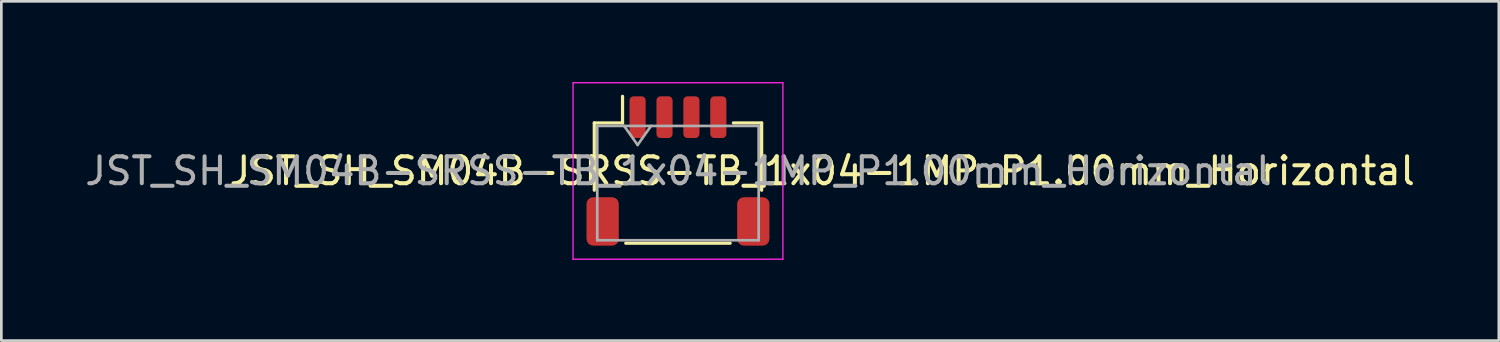
<source format=kicad_pcb>
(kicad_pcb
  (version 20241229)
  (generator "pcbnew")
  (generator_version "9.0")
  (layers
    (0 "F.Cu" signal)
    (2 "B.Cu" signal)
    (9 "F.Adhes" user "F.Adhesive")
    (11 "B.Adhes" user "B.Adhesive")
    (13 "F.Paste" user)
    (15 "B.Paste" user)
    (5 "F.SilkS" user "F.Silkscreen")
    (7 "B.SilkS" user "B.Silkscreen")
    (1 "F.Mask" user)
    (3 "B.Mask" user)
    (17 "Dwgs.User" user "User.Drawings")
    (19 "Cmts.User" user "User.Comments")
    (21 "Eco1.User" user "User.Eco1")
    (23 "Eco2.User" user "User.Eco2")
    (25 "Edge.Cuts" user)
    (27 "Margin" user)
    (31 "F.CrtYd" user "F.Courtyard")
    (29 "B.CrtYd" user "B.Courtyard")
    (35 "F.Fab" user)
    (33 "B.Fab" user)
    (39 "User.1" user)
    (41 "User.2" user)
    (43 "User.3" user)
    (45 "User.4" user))
  (footprint "JST_SH_SM04B-SRSS-TB_1x04-1MP_P1.00mm_Horizontal"
    (layer "F.Cu")
    (at 22.149 3.305)
    (property "Reference" "JST_SH_SM04B-SRSS-TB_1x04-1MP_P1.00mm_Horizontal" (at 5.361 0 0) (layer "F.SilkS") (effects (font (size 1 1) (thickness 0.15))))
    (attr smd)
    (fp_line (start -3.11 -1.785) (end -2.06 -1.785) (stroke (width 0.12) (type solid)) (layer "F.SilkS"))
    (fp_line (start -3.11 0.715) (end -3.11 -1.785) (stroke (width 0.12) (type solid)) (layer "F.SilkS"))
    (fp_line (start -2.06 -1.785) (end -2.06 -2.775) (stroke (width 0.12) (type solid)) (layer "F.SilkS"))
    (fp_line (start -1.94 2.685) (end 1.94 2.685) (stroke (width 0.12) (type solid)) (layer "F.SilkS"))
    (fp_line (start 3.11 -1.785) (end 2.06 -1.785) (stroke (width 0.12) (type solid)) (layer "F.SilkS"))
    (fp_line (start 3.11 0.715) (end 3.11 -1.785) (stroke (width 0.12) (type solid)) (layer "F.SilkS"))
    (fp_line (start -3.9 -3.28) (end -3.9 3.28) (stroke (width 0.05) (type solid)) (layer "F.CrtYd"))
    (fp_line (start -3.9 3.28) (end 3.9 3.28) (stroke (width 0.05) (type solid)) (layer "F.CrtYd"))
    (fp_line (start 3.9 -3.28) (end -3.9 -3.28) (stroke (width 0.05) (type solid)) (layer "F.CrtYd"))
    (fp_line (start 3.9 3.28) (end 3.9 -3.28) (stroke (width 0.05) (type solid)) (layer "F.CrtYd"))
    (fp_line (start -3 -1.675) (end -3 2.575) (stroke (width 0.1) (type solid)) (layer "F.Fab"))
    (fp_line (start -3 -1.675) (end 3 -1.675) (stroke (width 0.1) (type solid)) (layer "F.Fab"))
    (fp_line (start -3 2.575) (end 3 2.575) (stroke (width 0.1) (type solid)) (layer "F.Fab"))
    (fp_line (start -2 -1.675) (end -1.5 -0.968) (stroke (width 0.1) (type solid)) (layer "F.Fab"))
    (fp_line (start -1.5 -0.968) (end -1 -1.675) (stroke (width 0.1) (type solid)) (layer "F.Fab"))
    (fp_line (start 3 -1.675) (end 3 2.575) (stroke (width 0.1) (type solid)) (layer "F.Fab"))
    (fp_text user "${REFERENCE}" (at 0 0 0) (layer "F.Fab") (effects (font (size 1 1) (thickness 0.15))))
    (pad "1" smd roundrect (at -1.5 -2) (size 0.6 1.55) (layers "F.Cu" "F.Mask" "F.Paste") (roundrect_rratio 0.25))
    (pad "2" smd roundrect (at -0.5 -2) (size 0.6 1.55) (layers "F.Cu" "F.Mask" "F.Paste") (roundrect_rratio 0.25))
    (pad "3" smd roundrect (at 0.5 -2) (size 0.6 1.55) (layers "F.Cu" "F.Mask" "F.Paste") (roundrect_rratio 0.25))
    (pad "4" smd roundrect (at 1.5 -2) (size 0.6 1.55) (layers "F.Cu" "F.Mask" "F.Paste") (roundrect_rratio 0.25))
    (pad "MP" smd roundrect (at -2.8 1.875) (size 1.2 1.8) (layers "F.Cu" "F.Mask" "F.Paste") (roundrect_rratio 0.208))
    (pad "MP" smd roundrect (at 2.8 1.875) (size 1.2 1.8) (layers "F.Cu" "F.Mask" "F.Paste") (roundrect_rratio 0.208)))
  (gr_rect
    (start -3 -3)
    (end 52.659 9.61)
    (stroke (width 0.1) (type default))
    (fill no)
    (layer "Edge.Cuts")))
</source>
